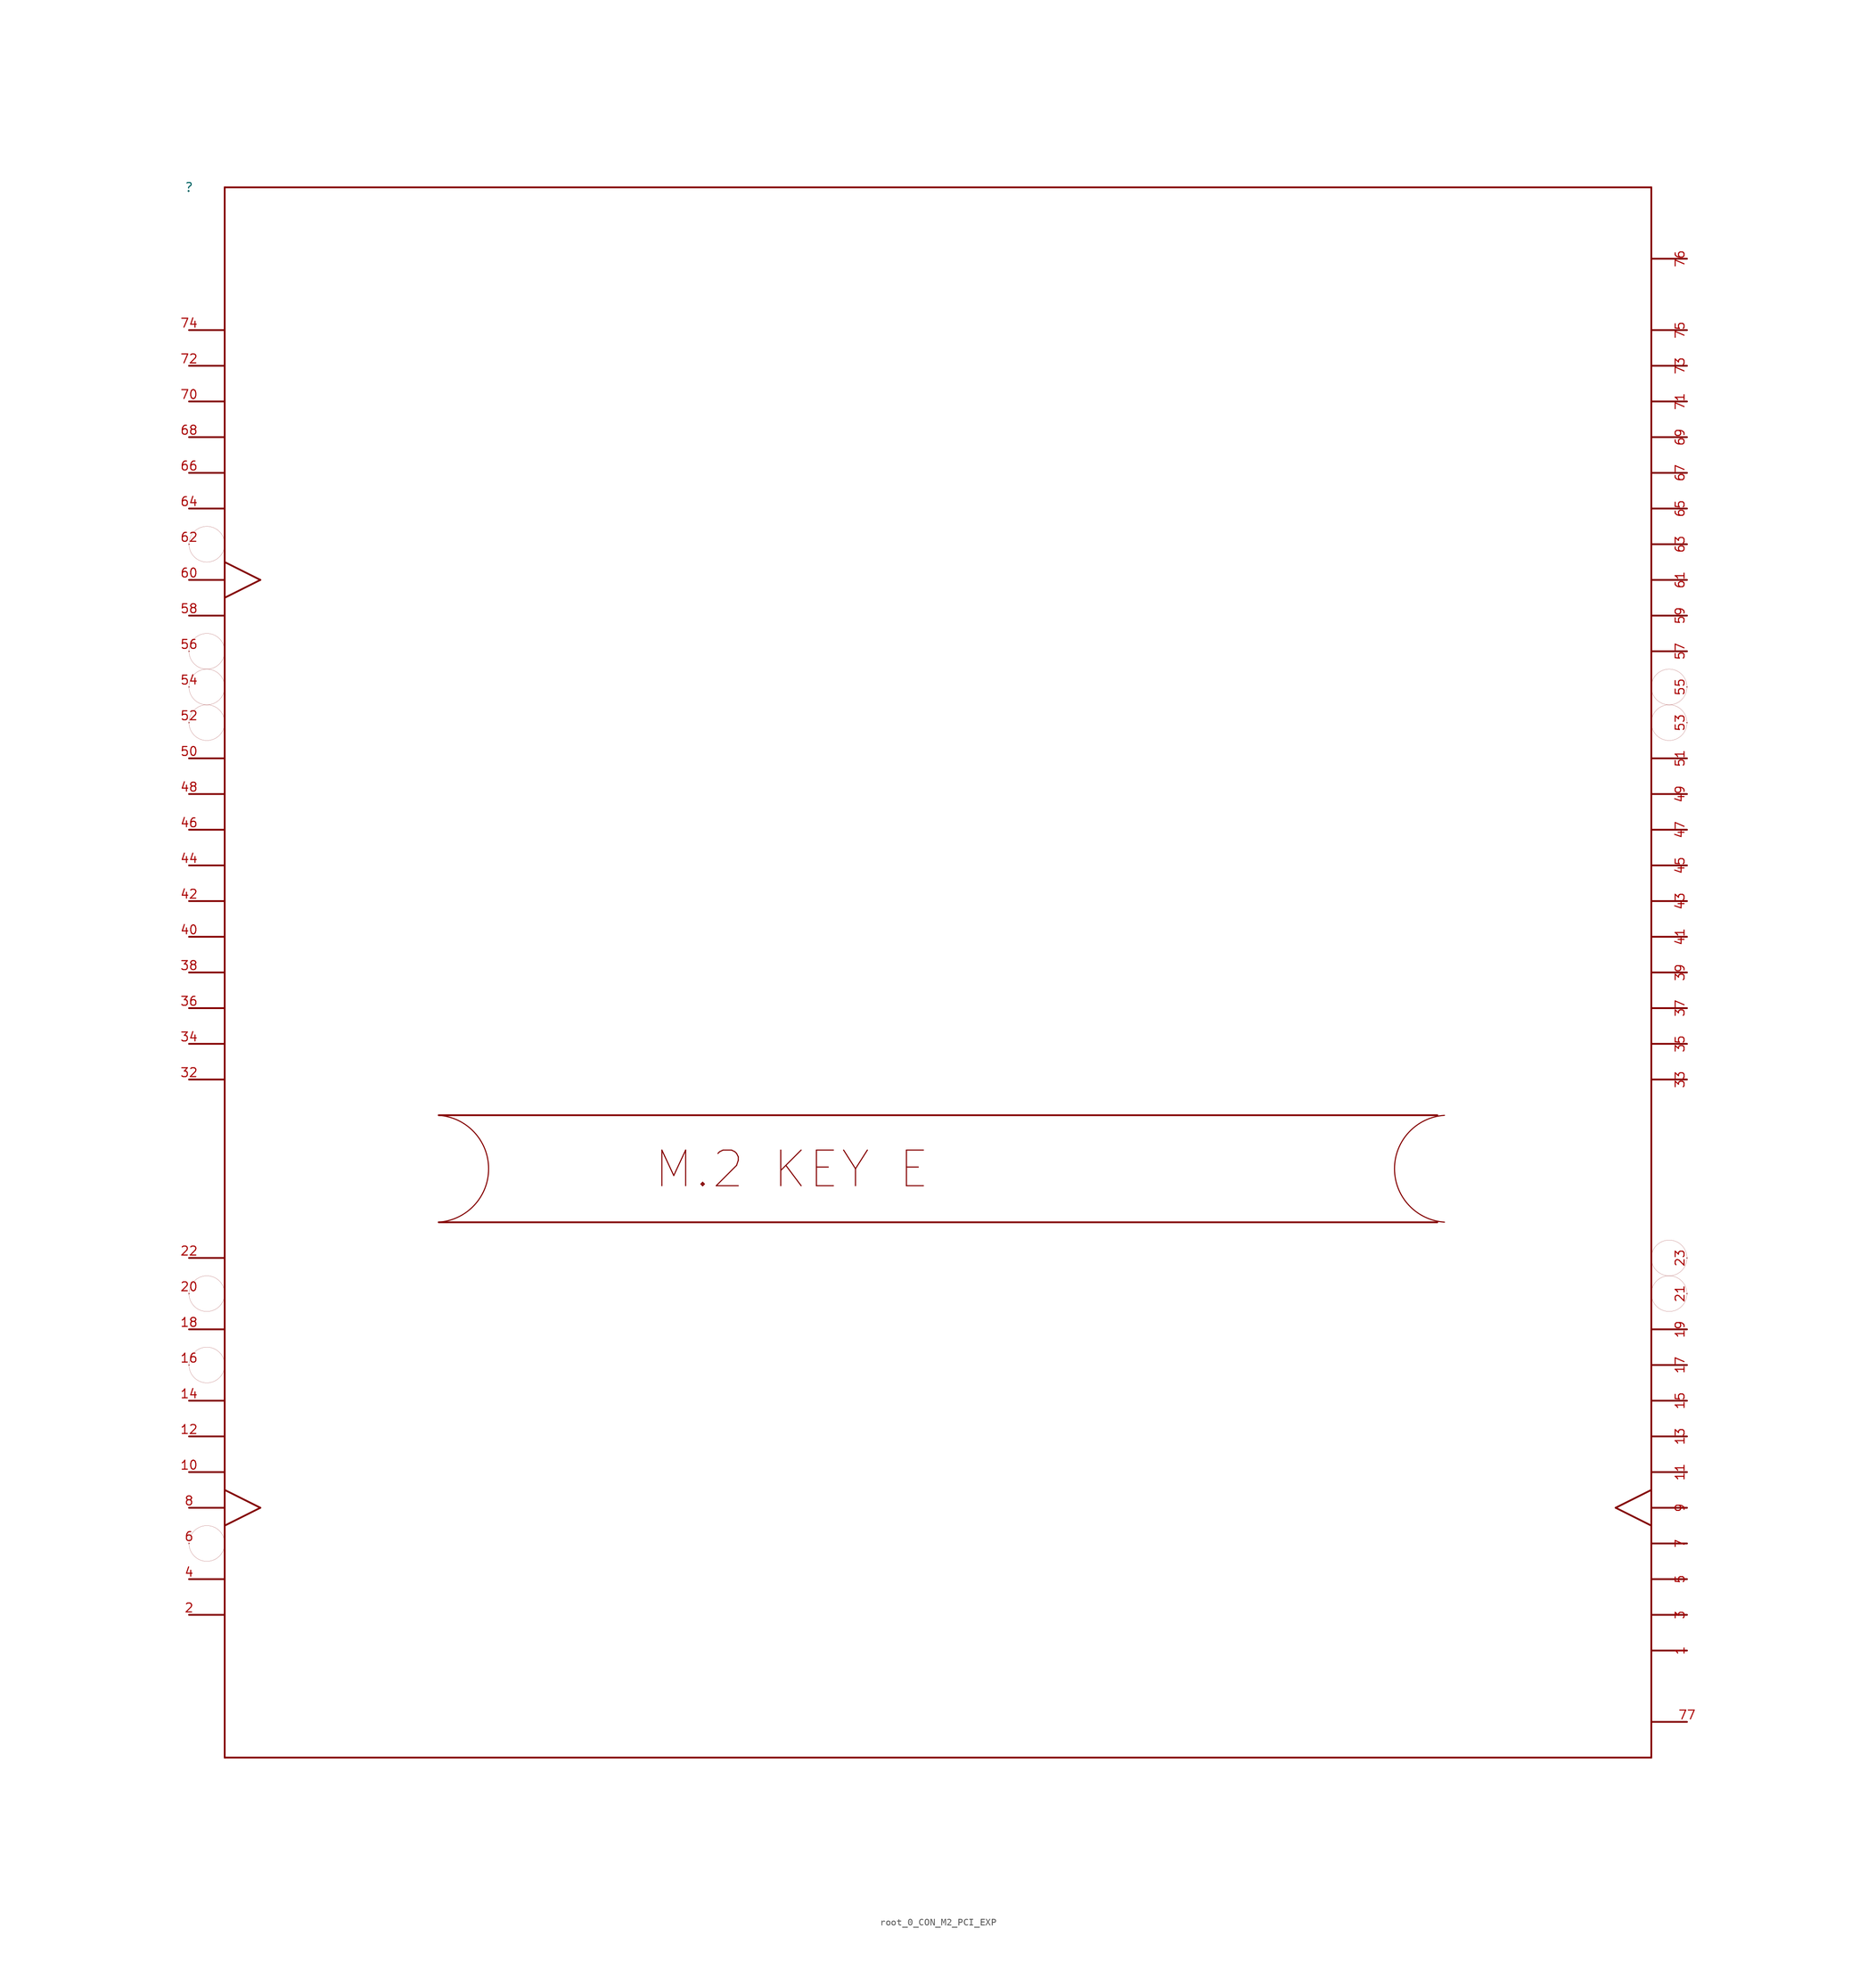
<source format=kicad_sym>
(kicad_symbol_lib
  (version 20220914)
  (generator kicad_symbol_editor)
  (symbol "root_0_CON_M2_PCI_EXP"
    (property "Reference" ""
      (at 0 0 0)
      (effects (font (size 1.27 1.27))))
    (property "Value" ""
      (at 0 0 0)
      (effects (font (size 1.27 1.27))))
    (symbol "root_0_CON_M2_PCI_EXP_1_0"
      (polyline (pts (xy 0 -203.2) (xy 5.08 -203.2)) (stroke (width 0.254) (type solid)) (fill (type none)))
      (polyline (pts (xy 0 -198.12) (xy 5.08 -198.12)) (stroke (width 0.254) (type solid)) (fill (type none)))
      (polyline (pts (xy 0 -187.96) (xy 5.08 -187.96)) (stroke (width 0.254) (type solid)) (fill (type none)))
      (polyline (pts (xy 0 -182.88) (xy 5.08 -182.88)) (stroke (width 0.254) (type solid)) (fill (type none)))
      (polyline (pts (xy 0 -177.8) (xy 5.08 -177.8)) (stroke (width 0.254) (type solid)) (fill (type none)))
      (polyline (pts (xy 0 -172.72) (xy 5.08 -172.72)) (stroke (width 0.254) (type solid)) (fill (type none)))
      (polyline (pts (xy 0 -162.56) (xy 5.08 -162.56)) (stroke (width 0.254) (type solid)) (fill (type none)))
      (polyline (pts (xy 0 -152.4) (xy 5.08 -152.4)) (stroke (width 0.254) (type solid)) (fill (type none)))
      (polyline (pts (xy 0 -127) (xy 5.08 -127)) (stroke (width 0.254) (type solid)) (fill (type none)))
      (polyline (pts (xy 0 -121.92) (xy 5.08 -121.92)) (stroke (width 0.254) (type solid)) (fill (type none)))
      (polyline (pts (xy 0 -116.84) (xy 5.08 -116.84)) (stroke (width 0.254) (type solid)) (fill (type none)))
      (polyline (pts (xy 0 -111.76) (xy 5.08 -111.76)) (stroke (width 0.254) (type solid)) (fill (type none)))
      (polyline (pts (xy 0 -106.68) (xy 5.08 -106.68)) (stroke (width 0.254) (type solid)) (fill (type none)))
      (polyline (pts (xy 0 -101.6) (xy 5.08 -101.6)) (stroke (width 0.254) (type solid)) (fill (type none)))
      (polyline (pts (xy 0 -96.52) (xy 5.08 -96.52)) (stroke (width 0.254) (type solid)) (fill (type none)))
      (polyline (pts (xy 0 -91.44) (xy 5.08 -91.44)) (stroke (width 0.254) (type solid)) (fill (type none)))
      (polyline (pts (xy 0 -86.36) (xy 5.08 -86.36)) (stroke (width 0.254) (type solid)) (fill (type none)))
      (polyline (pts (xy 0 -81.28) (xy 5.08 -81.28)) (stroke (width 0.254) (type solid)) (fill (type none)))
      (polyline (pts (xy 0 -60.96) (xy 5.08 -60.96)) (stroke (width 0.254) (type solid)) (fill (type none)))
      (polyline (pts (xy 0 -55.88) (xy 5.08 -55.88)) (stroke (width 0.254) (type solid)) (fill (type none)))
      (polyline (pts (xy 0 -45.72) (xy 5.08 -45.72)) (stroke (width 0.254) (type solid)) (fill (type none)))
      (polyline (pts (xy 0 -40.64) (xy 5.08 -40.64)) (stroke (width 0.254) (type solid)) (fill (type none)))
      (polyline (pts (xy 0 -35.56) (xy 5.08 -35.56)) (stroke (width 0.254) (type solid)) (fill (type none)))
      (polyline (pts (xy 0 -30.48) (xy 5.08 -30.48)) (stroke (width 0.254) (type solid)) (fill (type none)))
      (polyline (pts (xy 0 -25.4) (xy 5.08 -25.4)) (stroke (width 0.254) (type solid)) (fill (type none)))
      (polyline (pts (xy 0 -20.32) (xy 5.08 -20.32)) (stroke (width 0.254) (type solid)) (fill (type none)))
      (polyline (pts (xy 5.08 -190.5) (xy 10.16 -187.96)) (stroke (width 0.254) (type solid)) (fill (type none)))
      (polyline (pts (xy 5.08 -185.42) (xy 10.16 -187.96)) (stroke (width 0.254) (type solid)) (fill (type none)))
      (polyline (pts (xy 5.08 -58.42) (xy 10.16 -55.88)) (stroke (width 0.254) (type solid)) (fill (type none)))
      (polyline (pts (xy 5.08 -53.34) (xy 10.16 -55.88)) (stroke (width 0.254) (type solid)) (fill (type none)))
      (polyline (pts (xy 5.08 0) (xy 5.08 -223.52)) (stroke (width 0.254) (type solid)) (fill (type none)))
      (polyline (pts (xy 5.08 0) (xy 208.28 0)) (stroke (width 0.254) (type solid)) (fill (type none)))
      (polyline (pts (xy 35.56 -132.08) (xy 177.8 -132.08)) (stroke (width 0.254) (type solid)) (fill (type none)))
      (polyline (pts (xy 177.8 -147.32) (xy 35.56 -147.32)) (stroke (width 0.254) (type solid)) (fill (type none)))
      (polyline (pts (xy 208.28 -223.52) (xy 5.08 -223.52)) (stroke (width 0.254) (type solid)) (fill (type none)))
      (polyline (pts (xy 208.28 -190.5) (xy 203.2 -187.96)) (stroke (width 0.254) (type solid)) (fill (type none)))
      (polyline (pts (xy 208.28 -185.42) (xy 203.2 -187.96)) (stroke (width 0.254) (type solid)) (fill (type none)))
      (polyline (pts (xy 208.28 0) (xy 208.28 -223.52)) (stroke (width 0.254) (type solid)) (fill (type none)))
      (polyline (pts (xy 213.36 -218.44) (xy 208.28 -218.44)) (stroke (width 0.254) (type solid)) (fill (type none)))
      (polyline (pts (xy 213.36 -208.28) (xy 208.28 -208.28)) (stroke (width 0.254) (type solid)) (fill (type none)))
      (polyline (pts (xy 213.36 -203.2) (xy 208.28 -203.2)) (stroke (width 0.254) (type solid)) (fill (type none)))
      (polyline (pts (xy 213.36 -198.12) (xy 208.28 -198.12)) (stroke (width 0.254) (type solid)) (fill (type none)))
      (polyline (pts (xy 213.36 -193.04) (xy 208.28 -193.04)) (stroke (width 0.254) (type solid)) (fill (type none)))
      (polyline (pts (xy 213.36 -187.96) (xy 208.28 -187.96)) (stroke (width 0.254) (type solid)) (fill (type none)))
      (polyline (pts (xy 213.36 -182.88) (xy 208.28 -182.88)) (stroke (width 0.254) (type solid)) (fill (type none)))
      (polyline (pts (xy 213.36 -177.8) (xy 208.28 -177.8)) (stroke (width 0.254) (type solid)) (fill (type none)))
      (polyline (pts (xy 213.36 -172.72) (xy 208.28 -172.72)) (stroke (width 0.254) (type solid)) (fill (type none)))
      (polyline (pts (xy 213.36 -167.64) (xy 208.28 -167.64)) (stroke (width 0.254) (type solid)) (fill (type none)))
      (polyline (pts (xy 213.36 -162.56) (xy 208.28 -162.56)) (stroke (width 0.254) (type solid)) (fill (type none)))
      (polyline (pts (xy 213.36 -127) (xy 208.28 -127)) (stroke (width 0.254) (type solid)) (fill (type none)))
      (polyline (pts (xy 213.36 -121.92) (xy 208.28 -121.92)) (stroke (width 0.254) (type solid)) (fill (type none)))
      (polyline (pts (xy 213.36 -116.84) (xy 208.28 -116.84)) (stroke (width 0.254) (type solid)) (fill (type none)))
      (polyline (pts (xy 213.36 -111.76) (xy 208.28 -111.76)) (stroke (width 0.254) (type solid)) (fill (type none)))
      (polyline (pts (xy 213.36 -106.68) (xy 208.28 -106.68)) (stroke (width 0.254) (type solid)) (fill (type none)))
      (polyline (pts (xy 213.36 -101.6) (xy 208.28 -101.6)) (stroke (width 0.254) (type solid)) (fill (type none)))
      (polyline (pts (xy 213.36 -96.52) (xy 208.28 -96.52)) (stroke (width 0.254) (type solid)) (fill (type none)))
      (polyline (pts (xy 213.36 -91.44) (xy 208.28 -91.44)) (stroke (width 0.254) (type solid)) (fill (type none)))
      (polyline (pts (xy 213.36 -86.36) (xy 208.28 -86.36)) (stroke (width 0.254) (type solid)) (fill (type none)))
      (polyline (pts (xy 213.36 -81.28) (xy 208.28 -81.28)) (stroke (width 0.254) (type solid)) (fill (type none)))
      (polyline (pts (xy 213.36 -66.04) (xy 208.28 -66.04)) (stroke (width 0.254) (type solid)) (fill (type none)))
      (polyline (pts (xy 213.36 -60.96) (xy 208.28 -60.96)) (stroke (width 0.254) (type solid)) (fill (type none)))
      (polyline (pts (xy 213.36 -55.88) (xy 208.28 -55.88)) (stroke (width 0.254) (type solid)) (fill (type none)))
      (polyline (pts (xy 213.36 -50.8) (xy 208.28 -50.8)) (stroke (width 0.254) (type solid)) (fill (type none)))
      (polyline (pts (xy 213.36 -45.72) (xy 208.28 -45.72)) (stroke (width 0.254) (type solid)) (fill (type none)))
      (polyline (pts (xy 213.36 -40.64) (xy 208.28 -40.64)) (stroke (width 0.254) (type solid)) (fill (type none)))
      (polyline (pts (xy 213.36 -35.56) (xy 208.28 -35.56)) (stroke (width 0.254) (type solid)) (fill (type none)))
      (polyline (pts (xy 213.36 -30.48) (xy 208.28 -30.48)) (stroke (width 0.254) (type solid)) (fill (type none)))
      (polyline (pts (xy 213.36 -25.4) (xy 208.28 -25.4)) (stroke (width 0.254) (type solid)) (fill (type none)))
      (polyline (pts (xy 213.36 -20.32) (xy 208.28 -20.32)) (stroke (width 0.254) (type solid)) (fill (type none)))
      (polyline (pts (xy 213.36 -10.16) (xy 208.28 -10.16)) (stroke (width 0.254) (type solid)) (fill (type none)))
      (circle (center 2.54 -193.04) (radius 2.54) (stroke (width 0.0001) (type solid)) (fill (type none)))
      (circle (center 2.54 -167.64) (radius 2.54) (stroke (width 0.0001) (type solid)) (fill (type none)))
      (circle (center 2.54 -157.48) (radius 2.54) (stroke (width 0.0001) (type solid)) (fill (type none)))
      (circle (center 2.54 -76.2) (radius 2.54) (stroke (width 0.0001) (type solid)) (fill (type none)))
      (circle (center 2.54 -71.12) (radius 2.54) (stroke (width 0.0001) (type solid)) (fill (type none)))
      (circle (center 2.54 -66.04) (radius 2.54) (stroke (width 0.0001) (type solid)) (fill (type none)))
      (circle (center 2.54 -50.8) (radius 2.54) (stroke (width 0.0001) (type solid)) (fill (type none)))
      (arc (start 35.5589 -147.3031) (mid 42.672 -139.7) (end 35.5589 -132.0969) (stroke (width 0) (type solid)) (fill (type none)))
      (arc (start 178.8171 -132.0969) (mid 171.704 -139.7) (end 178.8171 -147.3031) (stroke (width 0) (type solid)) (fill (type none)))
      (circle (center 210.82 -157.48) (radius 2.54) (stroke (width 0.0001) (type solid)) (fill (type none)))
      (circle (center 210.82 -152.4) (radius 2.54) (stroke (width 0.0001) (type solid)) (fill (type none)))
      (circle (center 210.82 -76.2) (radius 2.54) (stroke (width 0.0001) (type solid)) (fill (type none)))
      (circle (center 210.82 -71.12) (radius 2.54) (stroke (width 0.0001) (type solid)) (fill (type none)))
      (text "M.2 KEY E" (at 66.04 -142.748 0) (effects (font (size 5.08 5.08)) (justify left bottom)))
      (pin power_in line (at 213.36 -208.28 270) (length 0) (name "GND_11" (effects (font (size 0 0)))) (number "1" (effects (font (size 1.27 1.27)))))
      (pin bidirectional line (at 0 -182.88 180) (length 0) (name "PCM_SYNC_125_WS" (effects (font (size 0 0)))) (number "10" (effects (font (size 1.27 1.27)))))
      (pin bidirectional line (at 213.36 -182.88 270) (length 0) (name "SDIO_CMD" (effects (font (size 0 0)))) (number "11" (effects (font (size 1.27 1.27)))))
      (pin bidirectional line (at 0 -177.8 180) (length 0) (name "PCM_IN_12S_SD_IN" (effects (font (size 0 0)))) (number "12" (effects (font (size 1.27 1.27)))))
      (pin bidirectional line (at 213.36 -177.8 270) (length 0) (name "SDIO_DATAO" (effects (font (size 0 0)))) (number "13" (effects (font (size 1.27 1.27)))))
      (pin bidirectional line (at 0 -172.72 180) (length 0) (name "PCM_OUT_12S_SD_OUT" (effects (font (size 0 0)))) (number "14" (effects (font (size 1.27 1.27)))))
      (pin bidirectional line (at 213.36 -172.72 270) (length 0) (name "SDIO_DATA1" (effects (font (size 0 0)))) (number "15" (effects (font (size 1.27 1.27)))))
      (pin bidirectional line (at 0 -167.64 180) (length 0) (name "LED2*" (effects (font (size 0 0)))) (number "16" (effects (font (size 1.27 1.27)))))
      (pin bidirectional line (at 213.36 -167.64 270) (length 0) (name "SDIO_DATA2" (effects (font (size 0 0)))) (number "17" (effects (font (size 1.27 1.27)))))
      (pin bidirectional line (at 0 -162.56 180) (length 0) (name "GND_9" (effects (font (size 0 0)))) (number "18" (effects (font (size 1.27 1.27)))))
      (pin bidirectional line (at 213.36 -162.56 270) (length 0) (name "SDIO_DATA3" (effects (font (size 0 0)))) (number "19" (effects (font (size 1.27 1.27)))))
      (pin power_in line (at 0 -203.2 180) (length 0) (name "3P3V_4" (effects (font (size 0 0)))) (number "2" (effects (font (size 1.27 1.27)))))
      (pin bidirectional line (at 0 -157.48 180) (length 0) (name "UART_WAKE*" (effects (font (size 0 0)))) (number "20" (effects (font (size 1.27 1.27)))))
      (pin bidirectional line (at 213.36 -157.48 270) (length 0) (name "SDIO_WAKE*" (effects (font (size 0 0)))) (number "21" (effects (font (size 1.27 1.27)))))
      (pin bidirectional line (at 0 -152.4 180) (length 0) (name "UART_RXD" (effects (font (size 0 0)))) (number "22" (effects (font (size 1.27 1.27)))))
      (pin bidirectional line (at 213.36 -152.4 270) (length 0) (name "SDIO_RESET*" (effects (font (size 0 0)))) (number "23" (effects (font (size 1.27 1.27)))))
      (pin bidirectional line (at 213.36 -203.2 270) (length 0) (name "USB_DP" (effects (font (size 0 0)))) (number "3" (effects (font (size 1.27 1.27)))))
      (pin bidirectional line (at 0 -127 180) (length 0) (name "UART_TXD" (effects (font (size 0 0)))) (number "32" (effects (font (size 1.27 1.27)))))
      (pin bidirectional line (at 213.36 -127 270) (length 0) (name "GND_8" (effects (font (size 0 0)))) (number "33" (effects (font (size 1.27 1.27)))))
      (pin bidirectional line (at 0 -121.92 180) (length 0) (name "UART_CTS" (effects (font (size 0 0)))) (number "34" (effects (font (size 1.27 1.27)))))
      (pin bidirectional line (at 213.36 -121.92 270) (length 0) (name "PETPO" (effects (font (size 0 0)))) (number "35" (effects (font (size 1.27 1.27)))))
      (pin bidirectional line (at 0 -116.84 180) (length 0) (name "UART_RTS" (effects (font (size 0 0)))) (number "36" (effects (font (size 1.27 1.27)))))
      (pin bidirectional line (at 213.36 -116.84 270) (length 0) (name "PETNO" (effects (font (size 0 0)))) (number "37" (effects (font (size 1.27 1.27)))))
      (pin bidirectional line (at 0 -111.76 180) (length 0) (name "VENDOR_DEFINED_3" (effects (font (size 0 0)))) (number "38" (effects (font (size 1.27 1.27)))))
      (pin bidirectional line (at 213.36 -111.76 270) (length 0) (name "GND_7" (effects (font (size 0 0)))) (number "39" (effects (font (size 1.27 1.27)))))
      (pin power_in line (at 0 -198.12 180) (length 0) (name "3P3V_3" (effects (font (size 0 0)))) (number "4" (effects (font (size 1.27 1.27)))))
      (pin bidirectional line (at 0 -106.68 180) (length 0) (name "VENDOR_DEFINED_2" (effects (font (size 0 0)))) (number "40" (effects (font (size 1.27 1.27)))))
      (pin bidirectional line (at 213.36 -106.68 270) (length 0) (name "PERPO" (effects (font (size 0 0)))) (number "41" (effects (font (size 1.27 1.27)))))
      (pin bidirectional line (at 0 -101.6 180) (length 0) (name "VENDOR_DEFINED_1" (effects (font (size 0 0)))) (number "42" (effects (font (size 1.27 1.27)))))
      (pin bidirectional line (at 213.36 -101.6 270) (length 0) (name "PERNO" (effects (font (size 0 0)))) (number "43" (effects (font (size 1.27 1.27)))))
      (pin bidirectional line (at 0 -96.52 180) (length 0) (name "COEX3" (effects (font (size 0 0)))) (number "44" (effects (font (size 1.27 1.27)))))
      (pin bidirectional line (at 213.36 -96.52 270) (length 0) (name "GND_6" (effects (font (size 0 0)))) (number "45" (effects (font (size 1.27 1.27)))))
      (pin bidirectional line (at 0 -91.44 180) (length 0) (name "COEX2" (effects (font (size 0 0)))) (number "46" (effects (font (size 1.27 1.27)))))
      (pin bidirectional line (at 213.36 -91.44 270) (length 0) (name "REFCLKPO" (effects (font (size 0 0)))) (number "47" (effects (font (size 1.27 1.27)))))
      (pin bidirectional line (at 0 -86.36 180) (length 0) (name "COEX1" (effects (font (size 0 0)))) (number "48" (effects (font (size 1.27 1.27)))))
      (pin bidirectional line (at 213.36 -86.36 270) (length 0) (name "REFCLKNO" (effects (font (size 0 0)))) (number "49" (effects (font (size 1.27 1.27)))))
      (pin bidirectional line (at 213.36 -198.12 270) (length 0) (name "USB_DM" (effects (font (size 0 0)))) (number "5" (effects (font (size 1.27 1.27)))))
      (pin bidirectional line (at 0 -81.28 180) (length 0) (name "SUSCLK_32KHZ" (effects (font (size 0 0)))) (number "50" (effects (font (size 1.27 1.27)))))
      (pin bidirectional line (at 213.36 -81.28 270) (length 0) (name "GND_5" (effects (font (size 0 0)))) (number "51" (effects (font (size 1.27 1.27)))))
      (pin bidirectional line (at 0 -76.2 180) (length 0) (name "PERST0*" (effects (font (size 0 0)))) (number "52" (effects (font (size 1.27 1.27)))))
      (pin bidirectional line (at 213.36 -76.2 270) (length 0) (name "CLKREQO*" (effects (font (size 0 0)))) (number "53" (effects (font (size 1.27 1.27)))))
      (pin bidirectional line (at 0 -71.12 180) (length 0) (name "W_DISABLE2*" (effects (font (size 0 0)))) (number "54" (effects (font (size 1.27 1.27)))))
      (pin bidirectional line (at 213.36 -71.12 270) (length 0) (name "PEWAKEO*" (effects (font (size 0 0)))) (number "55" (effects (font (size 1.27 1.27)))))
      (pin bidirectional line (at 0 -66.04 180) (length 0) (name "W_DISABLE1*" (effects (font (size 0 0)))) (number "56" (effects (font (size 1.27 1.27)))))
      (pin bidirectional line (at 213.36 -66.04 270) (length 0) (name "GND_4" (effects (font (size 0 0)))) (number "57" (effects (font (size 1.27 1.27)))))
      (pin bidirectional line (at 0 -60.96 180) (length 0) (name "I2C_DATA" (effects (font (size 0 0)))) (number "58" (effects (font (size 1.27 1.27)))))
      (pin bidirectional line (at 213.36 -60.96 270) (length 0) (name "RESERVED_PETP1" (effects (font (size 0 0)))) (number "59" (effects (font (size 1.27 1.27)))))
      (pin bidirectional line (at 0 -193.04 180) (length 0) (name "LED1*" (effects (font (size 0 0)))) (number "6" (effects (font (size 1.27 1.27)))))
      (pin bidirectional line (at 0 -55.88 180) (length 0) (name "I2C_CLK" (effects (font (size 0 0)))) (number "60" (effects (font (size 1.27 1.27)))))
      (pin bidirectional line (at 213.36 -55.88 270) (length 0) (name "RESERVED_PETN1" (effects (font (size 0 0)))) (number "61" (effects (font (size 1.27 1.27)))))
      (pin bidirectional line (at 0 -50.8 180) (length 0) (name "ALERT*" (effects (font (size 0 0)))) (number "62" (effects (font (size 1.27 1.27)))))
      (pin bidirectional line (at 213.36 -50.8 270) (length 0) (name "GND_3" (effects (font (size 0 0)))) (number "63" (effects (font (size 1.27 1.27)))))
      (pin bidirectional line (at 0 -45.72 180) (length 0) (name "RESERVED" (effects (font (size 0 0)))) (number "64" (effects (font (size 1.27 1.27)))))
      (pin bidirectional line (at 213.36 -45.72 270) (length 0) (name "RESERVED_PERP1" (effects (font (size 0 0)))) (number "65" (effects (font (size 1.27 1.27)))))
      (pin bidirectional line (at 0 -40.64 180) (length 0) (name "UIM_SWP_PERST1*" (effects (font (size 0 0)))) (number "66" (effects (font (size 1.27 1.27)))))
      (pin bidirectional line (at 213.36 -40.64 270) (length 0) (name "RESERVED_PERN1" (effects (font (size 0 0)))) (number "67" (effects (font (size 1.27 1.27)))))
      (pin bidirectional line (at 0 -35.56 180) (length 0) (name "UIM_POWER_SNK_CLKREQ1*" (effects (font (size 0 0)))) (number "68" (effects (font (size 1.27 1.27)))))
      (pin bidirectional line (at 213.36 -35.56 270) (length 0) (name "GND_2" (effects (font (size 0 0)))) (number "69" (effects (font (size 1.27 1.27)))))
      (pin bidirectional line (at 213.36 -193.04 270) (length 0) (name "GND_10" (effects (font (size 0 0)))) (number "7" (effects (font (size 1.27 1.27)))))
      (pin bidirectional line (at 0 -30.48 180) (length 0) (name "UIM_POWER_SRC_GPIO1_PEWAKE1*" (effects (font (size 0 0)))) (number "70" (effects (font (size 1.27 1.27)))))
      (pin bidirectional line (at 213.36 -30.48 270) (length 0) (name "RESERVED_REFCLKP1" (effects (font (size 0 0)))) (number "71" (effects (font (size 1.27 1.27)))))
      (pin power_in line (at 0 -25.4 180) (length 0) (name "3P3V_2" (effects (font (size 0 0)))) (number "72" (effects (font (size 1.27 1.27)))))
      (pin bidirectional line (at 213.36 -25.4 270) (length 0) (name "RESERVED_REFCLKN1" (effects (font (size 0 0)))) (number "73" (effects (font (size 1.27 1.27)))))
      (pin power_in line (at 0 -20.32 180) (length 0) (name "3P3V_1" (effects (font (size 0 0)))) (number "74" (effects (font (size 1.27 1.27)))))
      (pin bidirectional line (at 213.36 -20.32 270) (length 0) (name "GND_1" (effects (font (size 0 0)))) (number "75" (effects (font (size 1.27 1.27)))))
      (pin bidirectional line (at 213.36 -10.16 270) (length 0) (name "GND_13" (effects (font (size 0 0)))) (number "76" (effects (font (size 1.27 1.27)))))
      (pin bidirectional line (at 213.36 -218.44 180) (length 0) (name "GND_12" (effects (font (size 0 0)))) (number "77" (effects (font (size 1.27 1.27)))))
      (pin bidirectional line (at 0 -187.96 180) (length 0) (name "PCM_CLK_12S_SCK" (effects (font (size 0 0)))) (number "8" (effects (font (size 1.27 1.27)))))
      (pin bidirectional line (at 213.36 -187.96 270) (length 0) (name "SDIO_CLK" (effects (font (size 0 0)))) (number "9" (effects (font (size 1.27 1.27))))))))
</source>
